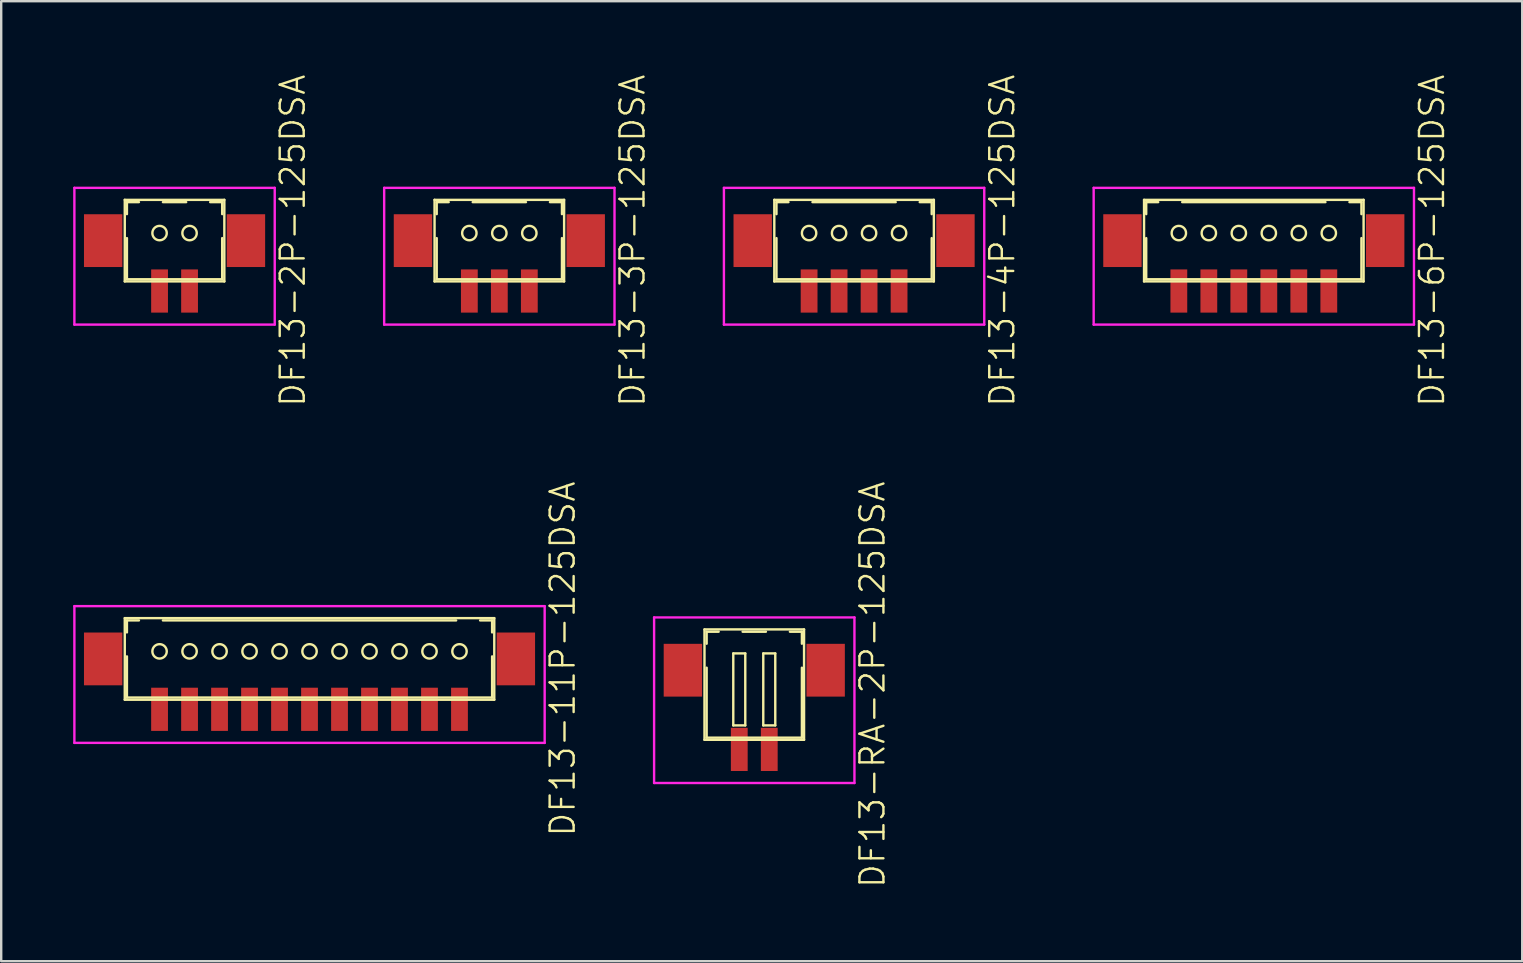
<source format=kicad_pcb>
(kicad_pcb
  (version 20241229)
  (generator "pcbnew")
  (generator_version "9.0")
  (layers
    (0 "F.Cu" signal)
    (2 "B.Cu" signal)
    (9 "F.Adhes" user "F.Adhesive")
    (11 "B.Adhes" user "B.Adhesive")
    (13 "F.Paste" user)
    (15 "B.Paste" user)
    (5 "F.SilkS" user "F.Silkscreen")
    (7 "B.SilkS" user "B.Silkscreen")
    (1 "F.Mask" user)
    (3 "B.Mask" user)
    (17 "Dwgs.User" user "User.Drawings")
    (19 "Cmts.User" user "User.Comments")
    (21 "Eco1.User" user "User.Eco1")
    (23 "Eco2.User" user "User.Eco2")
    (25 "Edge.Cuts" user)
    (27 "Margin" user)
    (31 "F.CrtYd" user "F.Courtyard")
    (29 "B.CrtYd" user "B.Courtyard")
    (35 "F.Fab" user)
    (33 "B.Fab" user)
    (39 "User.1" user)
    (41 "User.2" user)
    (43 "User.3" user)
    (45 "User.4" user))
  (footprint "DF13-6P-125DSA"
    (layer "F.Cu")
    (at 49.206 9.079)
    (property "Reference" "DF13-6P-125DSA" (at 7.425 -2.1 90) (layer "F.SilkS") (effects (font (size 1 1) (thickness 0.1))))
    (attr through_hole)
    (fp_line (start -4.575 -3.8) (end -4.575 -0.4) (stroke (width 0.1) (type solid)) (layer "F.SilkS"))
    (fp_line (start -4.575 -3.8) (end 4.575 -3.8) (stroke (width 0.1) (type solid)) (layer "F.SilkS"))
    (fp_line (start -4.575 -0.4) (end 4.575 -0.4) (stroke (width 0.1) (type solid)) (layer "F.SilkS"))
    (fp_line (start -4.485 -3.705) (end -4.485 -3.205) (stroke (width 0.1) (type solid)) (layer "F.SilkS"))
    (fp_line (start -4.485 -3.705) (end -3.985 -3.705) (stroke (width 0.1) (type solid)) (layer "F.SilkS"))
    (fp_line (start -4.485 -2.205) (end -4.485 -0.49) (stroke (width 0.1) (type solid)) (layer "F.SilkS"))
    (fp_line (start -4.485 -0.49) (end 4.485 -0.49) (stroke (width 0.1) (type solid)) (layer "F.SilkS"))
    (fp_line (start -2.985 -3.705) (end 2.985 -3.705) (stroke (width 0.1) (type solid)) (layer "F.SilkS"))
    (fp_line (start 3.985 -3.705) (end 4.485 -3.705) (stroke (width 0.1) (type solid)) (layer "F.SilkS"))
    (fp_line (start 4.485 -3.705) (end 4.485 -3.205) (stroke (width 0.1) (type solid)) (layer "F.SilkS"))
    (fp_line (start 4.485 -2.205) (end 4.485 -0.49) (stroke (width 0.1) (type solid)) (layer "F.SilkS"))
    (fp_line (start 4.575 -3.8) (end 4.575 -0.4) (stroke (width 0.1) (type solid)) (layer "F.SilkS"))
    (fp_circle (center -3.125 -2.415) (end -2.825 -2.415) (stroke (width 0.1) (type solid)) (fill no) (layer "F.SilkS"))
    (fp_circle (center -1.875 -2.415) (end -1.575 -2.415) (stroke (width 0.1) (type solid)) (fill no) (layer "F.SilkS"))
    (fp_circle (center -0.625 -2.415) (end -0.325 -2.415) (stroke (width 0.1) (type solid)) (fill no) (layer "F.SilkS"))
    (fp_circle (center 0.625 -2.415) (end 0.925 -2.415) (stroke (width 0.1) (type solid)) (fill no) (layer "F.SilkS"))
    (fp_circle (center 1.875 -2.415) (end 2.175 -2.415) (stroke (width 0.1) (type solid)) (fill no) (layer "F.SilkS"))
    (fp_circle (center 3.125 -2.415) (end 3.425 -2.415) (stroke (width 0.1) (type solid)) (fill no) (layer "F.SilkS"))
    (fp_line (start -6.675 -4.3) (end -6.675 1.4) (stroke (width 0.1) (type solid)) (layer "F.CrtYd"))
    (fp_line (start -6.675 1.4) (end 6.675 1.4) (stroke (width 0.1) (type solid)) (layer "F.CrtYd"))
    (fp_line (start 6.675 -4.3) (end -6.675 -4.3) (stroke (width 0.1) (type solid)) (layer "F.CrtYd"))
    (fp_line (start 6.675 1.4) (end 6.675 -4.3) (stroke (width 0.1) (type solid)) (layer "F.CrtYd"))
    (pad "1" smd rect (at -3.125 0) (size 0.7 1.8) (layers "F.Cu" "F.Mask" "F.Paste"))
    (pad "2" smd rect (at -1.875 0) (size 0.7 1.8) (layers "F.Cu" "F.Mask" "F.Paste"))
    (pad "3" smd rect (at -0.625 0) (size 0.7 1.8) (layers "F.Cu" "F.Mask" "F.Paste"))
    (pad "4" smd rect (at 0.625 0) (size 0.7 1.8) (layers "F.Cu" "F.Mask" "F.Paste"))
    (pad "5" smd rect (at 1.875 0) (size 0.7 1.8) (layers "F.Cu" "F.Mask" "F.Paste"))
    (pad "6" smd rect (at 3.125 0) (size 0.7 1.8) (layers "F.Cu" "F.Mask" "F.Paste"))
    (pad "S" smd rect (at -5.475 -2.1) (size 1.6 2.2) (layers "F.Cu" "F.Mask" "F.Paste"))
    (pad "S" smd rect (at 5.475 -2.1) (size 1.6 2.2) (layers "F.Cu" "F.Mask" "F.Paste")))
  (footprint "DF13-RA-2P-125DSA"
    (layer "F.Cu")
    (at 28.386 28.183)
    (property "Reference" "DF13-RA-2P-125DSA" (at 4.925 -2.7 90) (layer "F.SilkS") (effects (font (size 1 1) (thickness 0.1))))
    (attr through_hole)
    (fp_line (start -2.075 -5) (end -2.075 -0.4) (stroke (width 0.1) (type solid)) (layer "F.SilkS"))
    (fp_line (start -2.075 -5) (end 2.075 -5) (stroke (width 0.1) (type solid)) (layer "F.SilkS"))
    (fp_line (start -2.075 -0.4) (end 2.075 -0.4) (stroke (width 0.1) (type solid)) (layer "F.SilkS"))
    (fp_line (start -1.985 -4.905) (end -1.985 -4.405) (stroke (width 0.1) (type solid)) (layer "F.SilkS"))
    (fp_line (start -1.985 -4.905) (end -1.485 -4.905) (stroke (width 0.1) (type solid)) (layer "F.SilkS"))
    (fp_line (start -1.985 -3.405) (end -1.985 -0.49) (stroke (width 0.1) (type solid)) (layer "F.SilkS"))
    (fp_line (start -1.985 -0.49) (end 1.985 -0.49) (stroke (width 0.1) (type solid)) (layer "F.SilkS"))
    (fp_line (start -0.875 -4) (end -0.875 -1) (stroke (width 0.1) (type solid)) (layer "F.SilkS"))
    (fp_line (start -0.875 -1) (end -0.375 -1) (stroke (width 0.1) (type solid)) (layer "F.SilkS"))
    (fp_line (start -0.485 -4.905) (end 0.485 -4.905) (stroke (width 0.1) (type solid)) (layer "F.SilkS"))
    (fp_line (start -0.375 -4) (end -0.875 -4) (stroke (width 0.1) (type solid)) (layer "F.SilkS"))
    (fp_line (start -0.375 -1) (end -0.375 -4) (stroke (width 0.1) (type solid)) (layer "F.SilkS"))
    (fp_line (start 0.375 -4) (end 0.375 -1) (stroke (width 0.1) (type solid)) (layer "F.SilkS"))
    (fp_line (start 0.375 -1) (end 0.875 -1) (stroke (width 0.1) (type solid)) (layer "F.SilkS"))
    (fp_line (start 0.875 -4) (end 0.375 -4) (stroke (width 0.1) (type solid)) (layer "F.SilkS"))
    (fp_line (start 0.875 -1) (end 0.875 -4) (stroke (width 0.1) (type solid)) (layer "F.SilkS"))
    (fp_line (start 1.485 -4.905) (end 1.985 -4.905) (stroke (width 0.1) (type solid)) (layer "F.SilkS"))
    (fp_line (start 1.985 -4.905) (end 1.985 -4.405) (stroke (width 0.1) (type solid)) (layer "F.SilkS"))
    (fp_line (start 1.985 -3.405) (end 1.985 -0.49) (stroke (width 0.1) (type solid)) (layer "F.SilkS"))
    (fp_line (start 2.075 -5) (end 2.075 -0.4) (stroke (width 0.1) (type solid)) (layer "F.SilkS"))
    (fp_line (start -4.175 -5.5) (end -4.175 1.4) (stroke (width 0.1) (type solid)) (layer "F.CrtYd"))
    (fp_line (start -4.175 1.4) (end 4.175 1.4) (stroke (width 0.1) (type solid)) (layer "F.CrtYd"))
    (fp_line (start 4.175 -5.5) (end -4.175 -5.5) (stroke (width 0.1) (type solid)) (layer "F.CrtYd"))
    (fp_line (start 4.175 1.4) (end 4.175 -5.5) (stroke (width 0.1) (type solid)) (layer "F.CrtYd"))
    (pad "1" smd rect (at -0.625 0) (size 0.7 1.8) (layers "F.Cu" "F.Mask" "F.Paste"))
    (pad "2" smd rect (at 0.625 0) (size 0.7 1.8) (layers "F.Cu" "F.Mask" "F.Paste"))
    (pad "S" smd rect (at -2.975 -3.3) (size 1.6 2.2) (layers "F.Cu" "F.Mask" "F.Paste"))
    (pad "S" smd rect (at 2.975 -3.3) (size 1.6 2.2) (layers "F.Cu" "F.Mask" "F.Paste")))
  (footprint "DF13-11P-125DSA"
    (layer "F.Cu")
    (at 9.85 26.512)
    (property "Reference" "DF13-11P-125DSA" (at 10.55 -2.1 90) (layer "F.SilkS") (effects (font (size 1 1) (thickness 0.1))))
    (attr through_hole)
    (fp_line (start -7.7 -3.8) (end -7.7 -0.4) (stroke (width 0.1) (type solid)) (layer "F.SilkS"))
    (fp_line (start -7.7 -3.8) (end 7.7 -3.8) (stroke (width 0.1) (type solid)) (layer "F.SilkS"))
    (fp_line (start -7.7 -0.4) (end 7.7 -0.4) (stroke (width 0.1) (type solid)) (layer "F.SilkS"))
    (fp_line (start -7.61 -3.705) (end -7.61 -3.205) (stroke (width 0.1) (type solid)) (layer "F.SilkS"))
    (fp_line (start -7.61 -3.705) (end -7.11 -3.705) (stroke (width 0.1) (type solid)) (layer "F.SilkS"))
    (fp_line (start -7.61 -2.205) (end -7.61 -0.49) (stroke (width 0.1) (type solid)) (layer "F.SilkS"))
    (fp_line (start -7.61 -0.49) (end 7.61 -0.49) (stroke (width 0.1) (type solid)) (layer "F.SilkS"))
    (fp_line (start -6.11 -3.705) (end 6.11 -3.705) (stroke (width 0.1) (type solid)) (layer "F.SilkS"))
    (fp_line (start 7.11 -3.705) (end 7.61 -3.705) (stroke (width 0.1) (type solid)) (layer "F.SilkS"))
    (fp_line (start 7.61 -3.705) (end 7.61 -3.205) (stroke (width 0.1) (type solid)) (layer "F.SilkS"))
    (fp_line (start 7.61 -2.205) (end 7.61 -0.49) (stroke (width 0.1) (type solid)) (layer "F.SilkS"))
    (fp_line (start 7.7 -3.8) (end 7.7 -0.4) (stroke (width 0.1) (type solid)) (layer "F.SilkS"))
    (fp_circle (center -6.25 -2.415) (end -5.95 -2.415) (stroke (width 0.1) (type solid)) (fill no) (layer "F.SilkS"))
    (fp_circle (center -5 -2.415) (end -4.7 -2.415) (stroke (width 0.1) (type solid)) (fill no) (layer "F.SilkS"))
    (fp_circle (center -3.75 -2.415) (end -3.45 -2.415) (stroke (width 0.1) (type solid)) (fill no) (layer "F.SilkS"))
    (fp_circle (center -2.5 -2.415) (end -2.2 -2.415) (stroke (width 0.1) (type solid)) (fill no) (layer "F.SilkS"))
    (fp_circle (center -1.25 -2.415) (end -0.95 -2.415) (stroke (width 0.1) (type solid)) (fill no) (layer "F.SilkS"))
    (fp_circle (center 0 -2.415) (end 0.3 -2.415) (stroke (width 0.1) (type solid)) (fill no) (layer "F.SilkS"))
    (fp_circle (center 1.25 -2.415) (end 1.55 -2.415) (stroke (width 0.1) (type solid)) (fill no) (layer "F.SilkS"))
    (fp_circle (center 2.5 -2.415) (end 2.8 -2.415) (stroke (width 0.1) (type solid)) (fill no) (layer "F.SilkS"))
    (fp_circle (center 3.75 -2.415) (end 4.05 -2.415) (stroke (width 0.1) (type solid)) (fill no) (layer "F.SilkS"))
    (fp_circle (center 5 -2.415) (end 5.3 -2.415) (stroke (width 0.1) (type solid)) (fill no) (layer "F.SilkS"))
    (fp_circle (center 6.25 -2.415) (end 6.55 -2.415) (stroke (width 0.1) (type solid)) (fill no) (layer "F.SilkS"))
    (fp_line (start -9.8 -4.3) (end -9.8 1.4) (stroke (width 0.1) (type solid)) (layer "F.CrtYd"))
    (fp_line (start -9.8 1.4) (end 9.8 1.4) (stroke (width 0.1) (type solid)) (layer "F.CrtYd"))
    (fp_line (start 9.8 -4.3) (end -9.8 -4.3) (stroke (width 0.1) (type solid)) (layer "F.CrtYd"))
    (fp_line (start 9.8 1.4) (end 9.8 -4.3) (stroke (width 0.1) (type solid)) (layer "F.CrtYd"))
    (pad "1" smd rect (at -6.25 0) (size 0.7 1.8) (layers "F.Cu" "F.Mask" "F.Paste"))
    (pad "2" smd rect (at -5 0) (size 0.7 1.8) (layers "F.Cu" "F.Mask" "F.Paste"))
    (pad "3" smd rect (at -3.75 0) (size 0.7 1.8) (layers "F.Cu" "F.Mask" "F.Paste"))
    (pad "4" smd rect (at -2.5 0) (size 0.7 1.8) (layers "F.Cu" "F.Mask" "F.Paste"))
    (pad "5" smd rect (at -1.25 0) (size 0.7 1.8) (layers "F.Cu" "F.Mask" "F.Paste"))
    (pad "6" smd rect (at 0 0) (size 0.7 1.8) (layers "F.Cu" "F.Mask" "F.Paste"))
    (pad "7" smd rect (at 1.25 0) (size 0.7 1.8) (layers "F.Cu" "F.Mask" "F.Paste"))
    (pad "8" smd rect (at 2.5 0) (size 0.7 1.8) (layers "F.Cu" "F.Mask" "F.Paste"))
    (pad "9" smd rect (at 3.75 0) (size 0.7 1.8) (layers "F.Cu" "F.Mask" "F.Paste"))
    (pad "10" smd rect (at 5 0) (size 0.7 1.8) (layers "F.Cu" "F.Mask" "F.Paste"))
    (pad "11" smd rect (at 6.25 0) (size 0.7 1.8) (layers "F.Cu" "F.Mask" "F.Paste"))
    (pad "S" smd rect (at -8.6 -2.1) (size 1.6 2.2) (layers "F.Cu" "F.Mask" "F.Paste"))
    (pad "S" smd rect (at 8.6 -2.1) (size 1.6 2.2) (layers "F.Cu" "F.Mask" "F.Paste")))
  (footprint "DF13-3P-125DSA"
    (layer "F.Cu")
    (at 17.761 9.079)
    (property "Reference" "DF13-3P-125DSA" (at 5.55 -2.1 90) (layer "F.SilkS") (effects (font (size 1 1) (thickness 0.1))))
    (attr through_hole)
    (fp_line (start -2.7 -3.8) (end -2.7 -0.4) (stroke (width 0.1) (type solid)) (layer "F.SilkS"))
    (fp_line (start -2.7 -3.8) (end 2.7 -3.8) (stroke (width 0.1) (type solid)) (layer "F.SilkS"))
    (fp_line (start -2.7 -0.4) (end 2.7 -0.4) (stroke (width 0.1) (type solid)) (layer "F.SilkS"))
    (fp_line (start -2.61 -3.705) (end -2.61 -3.205) (stroke (width 0.1) (type solid)) (layer "F.SilkS"))
    (fp_line (start -2.61 -3.705) (end -2.11 -3.705) (stroke (width 0.1) (type solid)) (layer "F.SilkS"))
    (fp_line (start -2.61 -2.205) (end -2.61 -0.49) (stroke (width 0.1) (type solid)) (layer "F.SilkS"))
    (fp_line (start -2.61 -0.49) (end 2.61 -0.49) (stroke (width 0.1) (type solid)) (layer "F.SilkS"))
    (fp_line (start -1.11 -3.705) (end 1.11 -3.705) (stroke (width 0.1) (type solid)) (layer "F.SilkS"))
    (fp_line (start 2.11 -3.705) (end 2.61 -3.705) (stroke (width 0.1) (type solid)) (layer "F.SilkS"))
    (fp_line (start 2.61 -3.705) (end 2.61 -3.205) (stroke (width 0.1) (type solid)) (layer "F.SilkS"))
    (fp_line (start 2.61 -2.205) (end 2.61 -0.49) (stroke (width 0.1) (type solid)) (layer "F.SilkS"))
    (fp_line (start 2.7 -3.8) (end 2.7 -0.4) (stroke (width 0.1) (type solid)) (layer "F.SilkS"))
    (fp_circle (center -1.25 -2.415) (end -0.95 -2.415) (stroke (width 0.1) (type solid)) (fill no) (layer "F.SilkS"))
    (fp_circle (center 0 -2.415) (end 0.3 -2.415) (stroke (width 0.1) (type solid)) (fill no) (layer "F.SilkS"))
    (fp_circle (center 1.25 -2.415) (end 1.55 -2.415) (stroke (width 0.1) (type solid)) (fill no) (layer "F.SilkS"))
    (fp_line (start -4.8 -4.3) (end -4.8 1.4) (stroke (width 0.1) (type solid)) (layer "F.CrtYd"))
    (fp_line (start -4.8 1.4) (end 4.8 1.4) (stroke (width 0.1) (type solid)) (layer "F.CrtYd"))
    (fp_line (start 4.8 -4.3) (end -4.8 -4.3) (stroke (width 0.1) (type solid)) (layer "F.CrtYd"))
    (fp_line (start 4.8 1.4) (end 4.8 -4.3) (stroke (width 0.1) (type solid)) (layer "F.CrtYd"))
    (pad "1" smd rect (at -1.25 0) (size 0.7 1.8) (layers "F.Cu" "F.Mask" "F.Paste"))
    (pad "2" smd rect (at 0 0) (size 0.7 1.8) (layers "F.Cu" "F.Mask" "F.Paste"))
    (pad "3" smd rect (at 1.25 0) (size 0.7 1.8) (layers "F.Cu" "F.Mask" "F.Paste"))
    (pad "S" smd rect (at -3.6 -2.1) (size 1.6 2.2) (layers "F.Cu" "F.Mask" "F.Paste"))
    (pad "S" smd rect (at 3.6 -2.1) (size 1.6 2.2) (layers "F.Cu" "F.Mask" "F.Paste")))
  (footprint "DF13-2P-125DSA"
    (layer "F.Cu")
    (at 4.225 9.079)
    (property "Reference" "DF13-2P-125DSA" (at 4.925 -2.1 90) (layer "F.SilkS") (effects (font (size 1 1) (thickness 0.1))))
    (attr through_hole)
    (fp_line (start -2.075 -3.8) (end -2.075 -0.4) (stroke (width 0.1) (type solid)) (layer "F.SilkS"))
    (fp_line (start -2.075 -3.8) (end 2.075 -3.8) (stroke (width 0.1) (type solid)) (layer "F.SilkS"))
    (fp_line (start -2.075 -0.4) (end 2.075 -0.4) (stroke (width 0.1) (type solid)) (layer "F.SilkS"))
    (fp_line (start -1.985 -3.705) (end -1.985 -3.205) (stroke (width 0.1) (type solid)) (layer "F.SilkS"))
    (fp_line (start -1.985 -3.705) (end -1.485 -3.705) (stroke (width 0.1) (type solid)) (layer "F.SilkS"))
    (fp_line (start -1.985 -2.205) (end -1.985 -0.49) (stroke (width 0.1) (type solid)) (layer "F.SilkS"))
    (fp_line (start -1.985 -0.49) (end 1.985 -0.49) (stroke (width 0.1) (type solid)) (layer "F.SilkS"))
    (fp_line (start -0.485 -3.705) (end 0.485 -3.705) (stroke (width 0.1) (type solid)) (layer "F.SilkS"))
    (fp_line (start 1.485 -3.705) (end 1.985 -3.705) (stroke (width 0.1) (type solid)) (layer "F.SilkS"))
    (fp_line (start 1.985 -3.705) (end 1.985 -3.205) (stroke (width 0.1) (type solid)) (layer "F.SilkS"))
    (fp_line (start 1.985 -2.205) (end 1.985 -0.49) (stroke (width 0.1) (type solid)) (layer "F.SilkS"))
    (fp_line (start 2.075 -3.8) (end 2.075 -0.4) (stroke (width 0.1) (type solid)) (layer "F.SilkS"))
    (fp_circle (center -0.625 -2.415) (end -0.325 -2.415) (stroke (width 0.1) (type solid)) (fill no) (layer "F.SilkS"))
    (fp_circle (center 0.625 -2.415) (end 0.925 -2.415) (stroke (width 0.1) (type solid)) (fill no) (layer "F.SilkS"))
    (fp_line (start -4.175 -4.3) (end -4.175 1.4) (stroke (width 0.1) (type solid)) (layer "F.CrtYd"))
    (fp_line (start -4.175 1.4) (end 4.175 1.4) (stroke (width 0.1) (type solid)) (layer "F.CrtYd"))
    (fp_line (start 4.175 -4.3) (end -4.175 -4.3) (stroke (width 0.1) (type solid)) (layer "F.CrtYd"))
    (fp_line (start 4.175 1.4) (end 4.175 -4.3) (stroke (width 0.1) (type solid)) (layer "F.CrtYd"))
    (pad "1" smd rect (at -0.625 0) (size 0.7 1.8) (layers "F.Cu" "F.Mask" "F.Paste"))
    (pad "2" smd rect (at 0.625 0) (size 0.7 1.8) (layers "F.Cu" "F.Mask" "F.Paste"))
    (pad "S" smd rect (at -2.975 -2.1) (size 1.6 2.2) (layers "F.Cu" "F.Mask" "F.Paste"))
    (pad "S" smd rect (at 2.975 -2.1) (size 1.6 2.2) (layers "F.Cu" "F.Mask" "F.Paste")))
  (footprint "DF13-4P-125DSA"
    (layer "F.Cu")
    (at 32.546 9.079)
    (property "Reference" "DF13-4P-125DSA" (at 6.175 -2.1 90) (layer "F.SilkS") (effects (font (size 1 1) (thickness 0.1))))
    (attr through_hole)
    (fp_line (start -3.325 -3.8) (end -3.325 -0.4) (stroke (width 0.1) (type solid)) (layer "F.SilkS"))
    (fp_line (start -3.325 -3.8) (end 3.325 -3.8) (stroke (width 0.1) (type solid)) (layer "F.SilkS"))
    (fp_line (start -3.325 -0.4) (end 3.325 -0.4) (stroke (width 0.1) (type solid)) (layer "F.SilkS"))
    (fp_line (start -3.235 -3.705) (end -3.235 -3.205) (stroke (width 0.1) (type solid)) (layer "F.SilkS"))
    (fp_line (start -3.235 -3.705) (end -2.735 -3.705) (stroke (width 0.1) (type solid)) (layer "F.SilkS"))
    (fp_line (start -3.235 -2.205) (end -3.235 -0.49) (stroke (width 0.1) (type solid)) (layer "F.SilkS"))
    (fp_line (start -3.235 -0.49) (end 3.235 -0.49) (stroke (width 0.1) (type solid)) (layer "F.SilkS"))
    (fp_line (start -1.735 -3.705) (end 1.735 -3.705) (stroke (width 0.1) (type solid)) (layer "F.SilkS"))
    (fp_line (start 2.735 -3.705) (end 3.235 -3.705) (stroke (width 0.1) (type solid)) (layer "F.SilkS"))
    (fp_line (start 3.235 -3.705) (end 3.235 -3.205) (stroke (width 0.1) (type solid)) (layer "F.SilkS"))
    (fp_line (start 3.235 -2.205) (end 3.235 -0.49) (stroke (width 0.1) (type solid)) (layer "F.SilkS"))
    (fp_line (start 3.325 -3.8) (end 3.325 -0.4) (stroke (width 0.1) (type solid)) (layer "F.SilkS"))
    (fp_circle (center -1.875 -2.415) (end -1.575 -2.415) (stroke (width 0.1) (type solid)) (fill no) (layer "F.SilkS"))
    (fp_circle (center -0.625 -2.415) (end -0.325 -2.415) (stroke (width 0.1) (type solid)) (fill no) (layer "F.SilkS"))
    (fp_circle (center 0.625 -2.415) (end 0.925 -2.415) (stroke (width 0.1) (type solid)) (fill no) (layer "F.SilkS"))
    (fp_circle (center 1.875 -2.415) (end 2.175 -2.415) (stroke (width 0.1) (type solid)) (fill no) (layer "F.SilkS"))
    (fp_line (start -5.425 -4.3) (end -5.425 1.4) (stroke (width 0.1) (type solid)) (layer "F.CrtYd"))
    (fp_line (start -5.425 1.4) (end 5.425 1.4) (stroke (width 0.1) (type solid)) (layer "F.CrtYd"))
    (fp_line (start 5.425 -4.3) (end -5.425 -4.3) (stroke (width 0.1) (type solid)) (layer "F.CrtYd"))
    (fp_line (start 5.425 1.4) (end 5.425 -4.3) (stroke (width 0.1) (type solid)) (layer "F.CrtYd"))
    (pad "1" smd rect (at -1.875 0) (size 0.7 1.8) (layers "F.Cu" "F.Mask" "F.Paste"))
    (pad "2" smd rect (at -0.625 0) (size 0.7 1.8) (layers "F.Cu" "F.Mask" "F.Paste"))
    (pad "3" smd rect (at 0.625 0) (size 0.7 1.8) (layers "F.Cu" "F.Mask" "F.Paste"))
    (pad "4" smd rect (at 1.875 0) (size 0.7 1.8) (layers "F.Cu" "F.Mask" "F.Paste"))
    (pad "S" smd rect (at -4.225 -2.1) (size 1.6 2.2) (layers "F.Cu" "F.Mask" "F.Paste"))
    (pad "S" smd rect (at 4.225 -2.1) (size 1.6 2.2) (layers "F.Cu" "F.Mask" "F.Paste")))
  (gr_rect
    (start -3 -3)
    (end 60.392 37.01)
    (stroke (width 0.1) (type default))
    (fill no)
    (layer "Edge.Cuts")))
</source>
